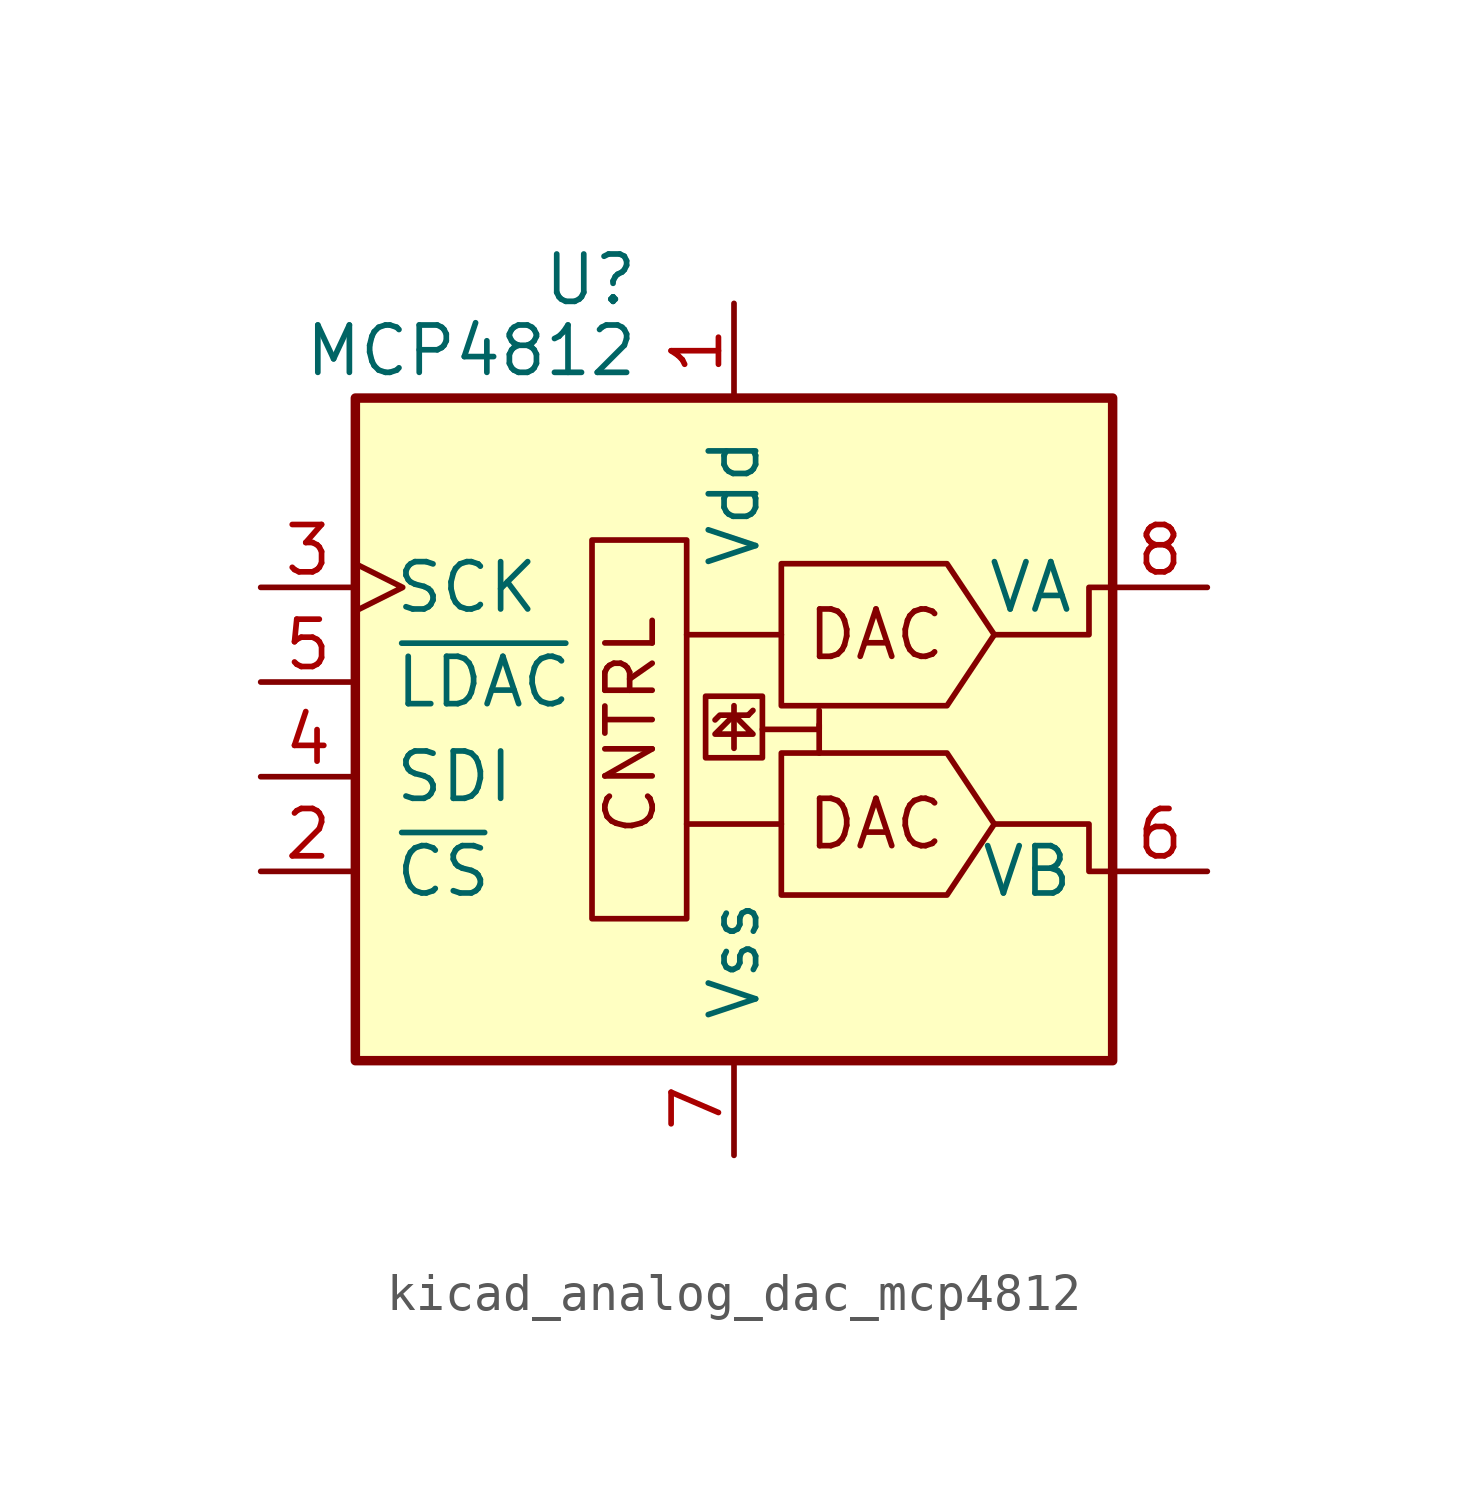
<source format=kicad_sym>
(kicad_symbol_lib
  (version 20220914)
  (generator kicad_symbol_editor)
  (symbol "kicad_analog_dac_mcp4812"
    (pin_names
      (offset 1.016))
    (property "Reference" "U"
      (at -2.54 10.795 0)
      (effects (font (size 1.27 1.27)) (justify right)))
    (property "Value" "MCP4812"
      (at -2.54 8.89 0)
      (effects (font (size 1.27 1.27)) (justify right)))
    (symbol "kicad_analog_dac_mcp4812_0_0"
      (polyline (pts (xy 0 -1.778) (xy 0 -0.635)) (stroke (width 0) (type default)) (fill (type none)))
      (polyline (pts (xy 0.381 -0.889) (xy 0.508 -0.762)) (stroke (width 0) (type default)) (fill (type none)))
      (polyline (pts (xy 2.286 -1.143) (xy 2.286 -1.905)) (stroke (width 0) (type default)) (fill (type none)))
      (polyline (pts (xy 0.381 -0.889) (xy -0.381 -0.889) (xy -0.508 -1.016)) (stroke (width 0) (type default)) (fill (type none)))
      (polyline (pts (xy 0.762 -1.27) (xy 2.286 -1.27) (xy 2.286 -0.762)) (stroke (width 0) (type default)) (fill (type none)))
      (polyline (pts (xy 0 -0.889) (xy 0.508 -1.397) (xy -0.508 -1.397) (xy 0 -0.889)) (stroke (width 0) (type default)) (fill (type none)))
      (polyline (pts (xy 6.985 -3.81) (xy 9.525 -3.81) (xy 9.525 -5.08) (xy 10.16 -5.08)) (stroke (width 0) (type default)) (fill (type none)))
      (polyline (pts (xy 6.985 1.27) (xy 9.525 1.27) (xy 9.525 2.54) (xy 10.16 2.54)) (stroke (width 0) (type default)) (fill (type none)))
      (rectangle (start 0.762 -0.381) (end -0.762 -2.032) (stroke (width 0) (type default)) (fill (type none)))
      (text "CNTRL" (at -2.032 -4.191 900) (effects (font (size 1.27 1.27)) (justify left bottom)))
      (text "DAC" (at 3.81 -3.81 0) (effects (font (size 1.27 1.27))))
      (text "DAC" (at 3.81 1.27 0) (effects (font (size 1.27 1.27)))))
    (symbol "kicad_analog_dac_mcp4812_0_1"
      (rectangle (start -10.16 7.62) (end 10.16 -10.16) (stroke (width 0.254) (type default)) (fill (type background)))
      (rectangle (start -1.27 -6.35) (end -3.81 3.81) (stroke (width 0) (type default)) (fill (type none)))
      (polyline (pts (xy 1.27 -3.81) (xy -1.27 -3.81)) (stroke (width 0) (type default)) (fill (type none)))
      (polyline (pts (xy 1.27 1.27) (xy -1.27 1.27)) (stroke (width 0) (type default)) (fill (type none)))
      (polyline (pts (xy 6.985 -3.81) (xy 5.715 -1.905) (xy 1.27 -1.905) (xy 1.27 -5.715) (xy 5.715 -5.715) (xy 6.985 -3.81)) (stroke (width 0) (type default)) (fill (type none)))
      (polyline (pts (xy 6.985 1.27) (xy 5.715 3.175) (xy 1.27 3.175) (xy 1.27 -0.635) (xy 5.715 -0.635) (xy 6.985 1.27)) (stroke (width 0) (type default)) (fill (type none))))
    (symbol "kicad_analog_dac_mcp4812_1_1"
      (pin power_in line (at 0 10.16 270) (length 2.54) (name "Vdd" (effects (font (size 1.27 1.27)))) (number "1" (effects (font (size 1.27 1.27)))))
      (pin input line (at -12.7 -5.08 0) (length 2.54) (name "~{CS}" (effects (font (size 1.27 1.27)))) (number "2" (effects (font (size 1.27 1.27)))))
      (pin input clock (at -12.7 2.54 0) (length 2.54) (name "SCK" (effects (font (size 1.27 1.27)))) (number "3" (effects (font (size 1.27 1.27)))))
      (pin input line (at -12.7 -2.54 0) (length 2.54) (name "SDI" (effects (font (size 1.27 1.27)))) (number "4" (effects (font (size 1.27 1.27)))))
      (pin input line (at -12.7 0 0) (length 2.54) (name "~{LDAC}" (effects (font (size 1.27 1.27)))) (number "5" (effects (font (size 1.27 1.27)))))
      (pin output line (at 12.7 -5.08 180) (length 2.54) (name "VB" (effects (font (size 1.27 1.27)))) (number "6" (effects (font (size 1.27 1.27)))))
      (pin power_in line (at 0 -12.7 90) (length 2.54) (name "Vss" (effects (font (size 1.27 1.27)))) (number "7" (effects (font (size 1.27 1.27)))))
      (pin output line (at 12.7 2.54 180) (length 2.54) (name "VA" (effects (font (size 1.27 1.27)))) (number "8" (effects (font (size 1.27 1.27))))))))
</source>
